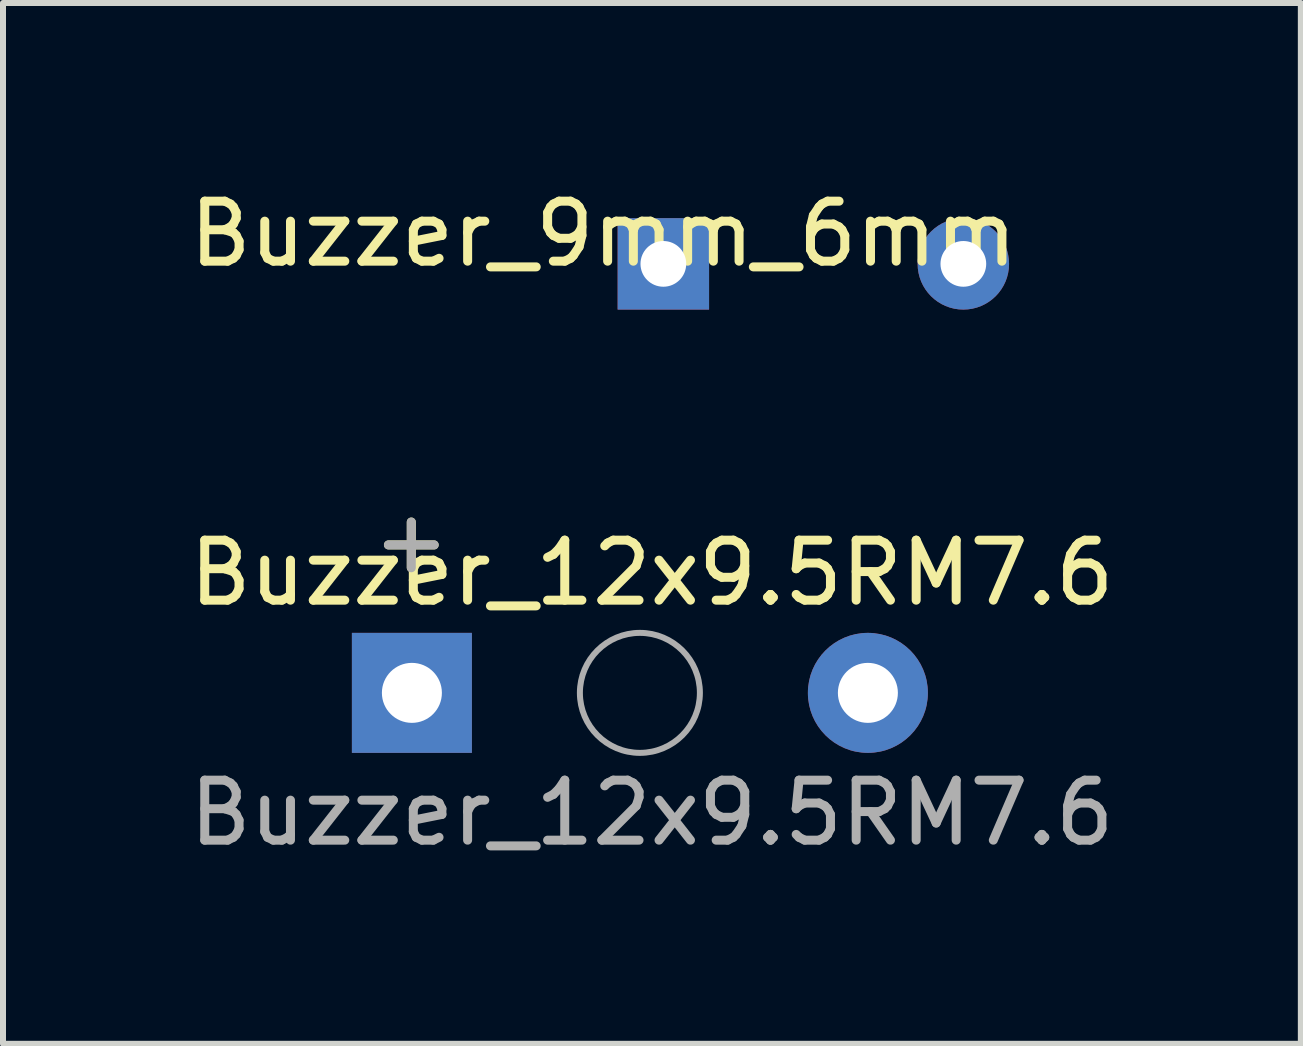
<source format=kicad_pcb>
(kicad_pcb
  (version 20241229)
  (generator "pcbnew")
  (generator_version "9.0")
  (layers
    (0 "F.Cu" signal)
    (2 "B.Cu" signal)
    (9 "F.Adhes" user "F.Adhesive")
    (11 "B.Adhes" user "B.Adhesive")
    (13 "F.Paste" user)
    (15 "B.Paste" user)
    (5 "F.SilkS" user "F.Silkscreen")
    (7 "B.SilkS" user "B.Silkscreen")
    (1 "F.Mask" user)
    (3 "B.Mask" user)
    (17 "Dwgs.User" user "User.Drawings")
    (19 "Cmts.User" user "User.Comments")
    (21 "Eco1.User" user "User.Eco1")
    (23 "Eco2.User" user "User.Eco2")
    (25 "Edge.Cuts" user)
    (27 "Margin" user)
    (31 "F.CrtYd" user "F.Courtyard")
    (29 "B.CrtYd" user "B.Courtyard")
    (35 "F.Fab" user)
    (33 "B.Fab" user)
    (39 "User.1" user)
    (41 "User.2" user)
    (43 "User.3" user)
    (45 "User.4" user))
  (footprint "Buzzer_9mm_6mm"
    (layer "F.Cu")
    (at 7.006 0.348)
    (property "Reference" "Buzzer_9mm_6mm" (at 0 0.5 0) (layer "F.SilkS") (effects (font (size 1 1) (thickness 0.15))))
    (attr through_hole)
    (pad "1" thru_hole rect (at 1 1) (size 1.524 1.524) (drill 0.762) (layers "*.Cu" "*.Mask"))
    (pad "2" thru_hole circle (at 6 1) (size 1.524 1.524) (drill 0.762) (layers "*.Cu" "*.Mask")))
  (footprint "Buzzer_12x9.5RM7.6"
    (layer "F.Cu")
    (at 3.815 8.498)
    (property "Reference" "Buzzer_12x9.5RM7.6" (at 4 -2 0) (layer "F.SilkS") (effects (font (size 1 1) (thickness 0.15))))
    (attr through_hole)
    (fp_circle (center 3.8 0) (end 4.8 0) (stroke (width 0.1) (type solid)) (fill no) (layer "F.Fab"))
    (fp_text user "+" (at -0.01 -2.54 0) (layer "F.SilkS") (effects (font (size 1 1) (thickness 0.15))))
    (fp_text user "${REFERENCE}" (at 4 2 0) (layer "F.Fab") (effects (font (size 1 1) (thickness 0.15))))
    (fp_text user "+" (at -0.01 -2.54 0) (layer "F.Fab") (effects (font (size 1 1) (thickness 0.15))))
    (pad "1" thru_hole rect (at 0 0) (size 2 2) (drill 1) (layers "*.Cu" "*.Mask"))
    (pad "2" thru_hole circle (at 7.6 0) (size 2 2) (drill 1) (layers "*.Cu" "*.Mask")))
  (gr_rect
    (start -3 -3)
    (end 18.631 14.347)
    (stroke (width 0.1) (type default))
    (fill no)
    (layer "Edge.Cuts")))
</source>
